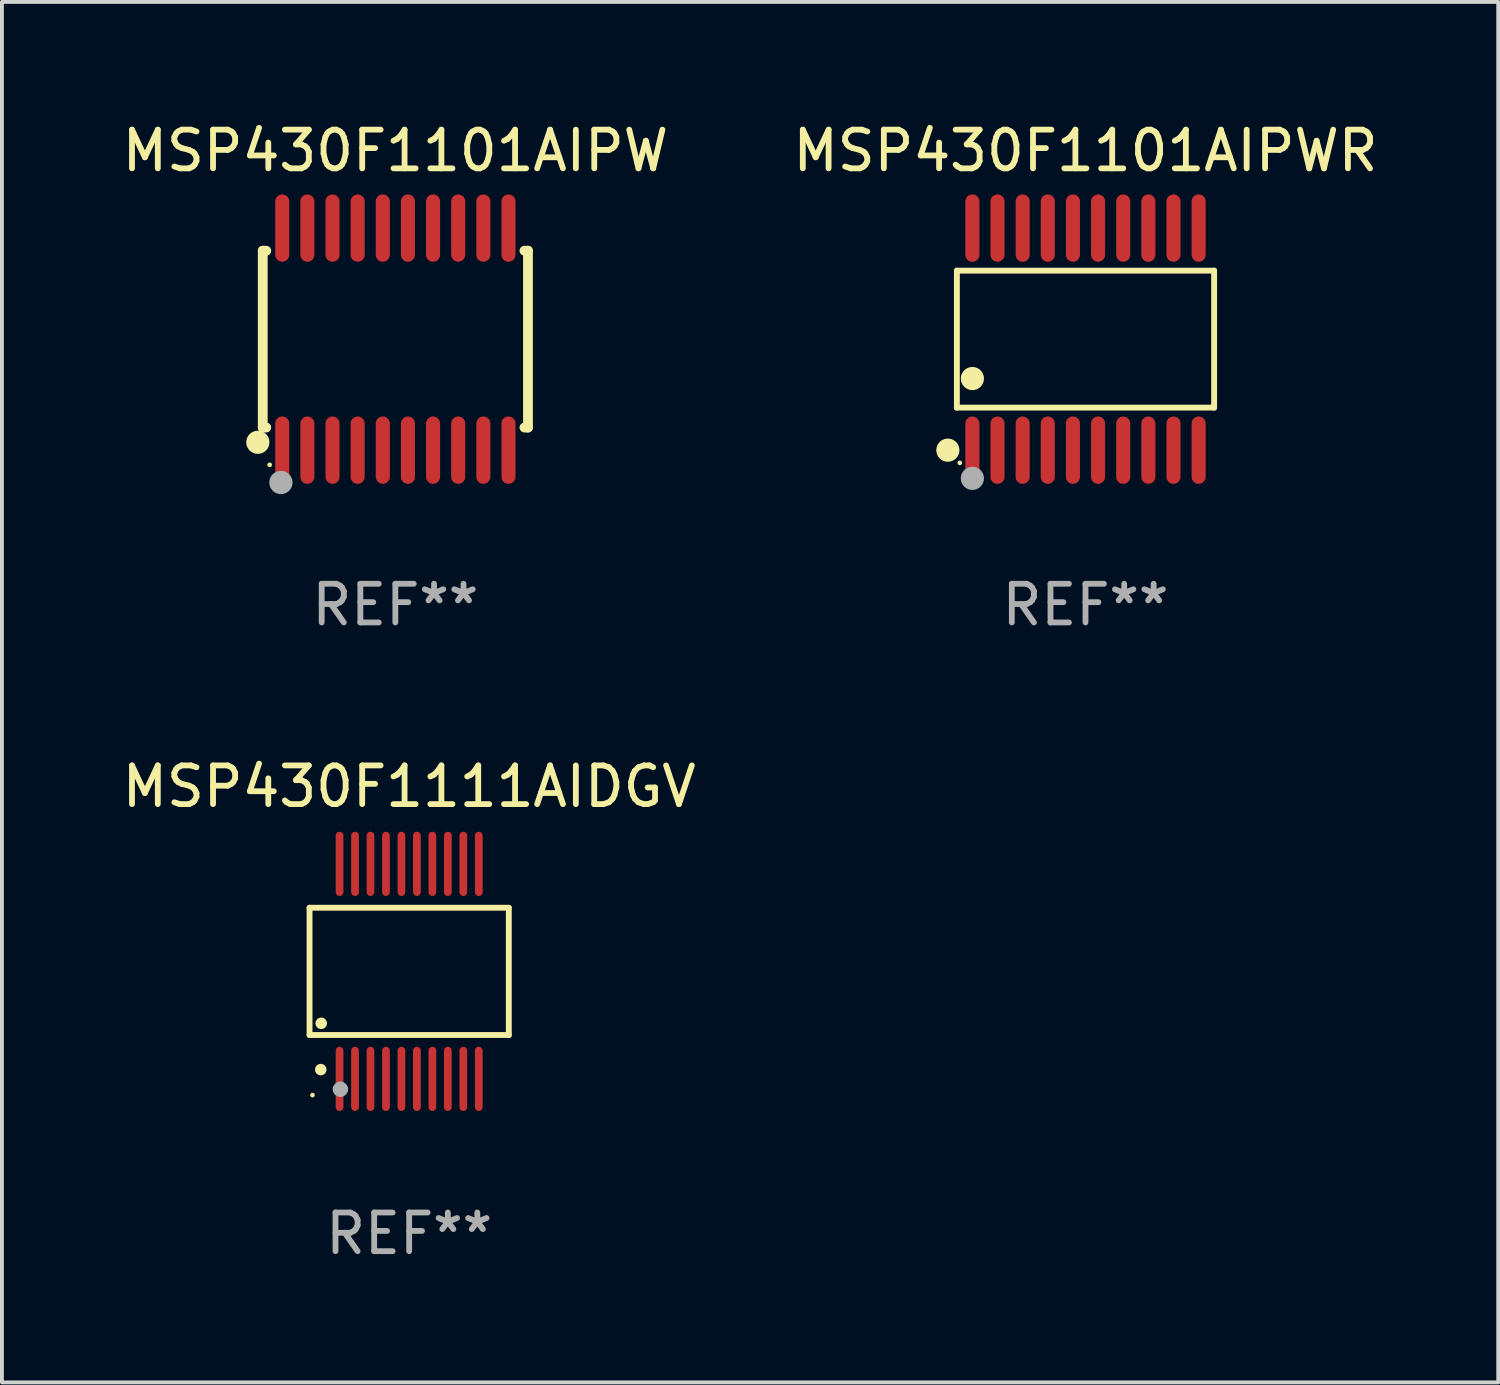
<source format=kicad_pcb>
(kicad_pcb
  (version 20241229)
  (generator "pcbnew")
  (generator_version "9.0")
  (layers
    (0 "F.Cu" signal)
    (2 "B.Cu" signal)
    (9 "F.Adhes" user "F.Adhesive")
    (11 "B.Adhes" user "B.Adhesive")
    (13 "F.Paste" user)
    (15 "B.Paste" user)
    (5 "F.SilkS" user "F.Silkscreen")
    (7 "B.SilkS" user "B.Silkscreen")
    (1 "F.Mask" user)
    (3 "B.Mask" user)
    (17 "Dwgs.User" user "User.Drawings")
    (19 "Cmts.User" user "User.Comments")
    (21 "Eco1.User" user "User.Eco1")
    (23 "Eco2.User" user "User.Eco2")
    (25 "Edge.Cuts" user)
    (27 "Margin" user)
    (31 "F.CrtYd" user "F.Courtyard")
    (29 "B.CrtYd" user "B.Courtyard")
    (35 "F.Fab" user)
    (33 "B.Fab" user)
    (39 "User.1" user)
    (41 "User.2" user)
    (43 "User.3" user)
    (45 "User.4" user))
  (footprint "MSP430F1101AIPW"
    (layer "F.Cu")
    (at 7.173 5.719)
    (property "Reference" "MSP430F1101AIPW" (at 0 -4.871 0) (layer "F.SilkS") (effects (font (size 1 1) (thickness 0.15))))
    (attr through_hole)
    (fp_line (start -3.429 -2.286) (end -3.429 2.286) (stroke (width 0.254) (type solid)) (layer "F.SilkS"))
    (fp_line (start -3.429 2.286) (end -3.338 2.286) (stroke (width 0.254) (type solid)) (layer "F.SilkS"))
    (fp_line (start -3.338 -2.286) (end -3.429 -2.286) (stroke (width 0.254) (type solid)) (layer "F.SilkS"))
    (fp_line (start 3.338 -2.286) (end 3.429 -2.286) (stroke (width 0.254) (type solid)) (layer "F.SilkS"))
    (fp_line (start 3.429 -2.286) (end 3.429 2.286) (stroke (width 0.254) (type solid)) (layer "F.SilkS"))
    (fp_line (start 3.429 2.286) (end 3.338 2.286) (stroke (width 0.254) (type solid)) (layer "F.SilkS"))
    (fp_circle (center -3.556 2.667) (end -3.406 2.667) (stroke (width 0.3) (type solid)) (fill no) (layer "F.SilkS"))
    (fp_circle (center -3.25 3.25) (end -3.22 3.25) (stroke (width 0.06) (type solid)) (fill no) (layer "F.SilkS"))
    (fp_circle (center -2.959 3.707) (end -2.808 3.707) (stroke (width 0.3) (type solid)) (fill no) (layer "F.Fab"))
    (fp_text user "REF**" (at 0 6.871 0) (layer "F.Fab") (effects (font (size 1 1) (thickness 0.15))))
    (pad "1" smd oval (at -2.925 2.871) (size 0.364 1.742) (layers "F.Cu" "F.Mask" "F.Paste"))
    (pad "2" smd oval (at -2.275 2.871) (size 0.364 1.742) (layers "F.Cu" "F.Mask" "F.Paste"))
    (pad "3" smd oval (at -1.625 2.871) (size 0.364 1.742) (layers "F.Cu" "F.Mask" "F.Paste"))
    (pad "4" smd oval (at -0.975 2.871) (size 0.364 1.742) (layers "F.Cu" "F.Mask" "F.Paste"))
    (pad "5" smd oval (at -0.325 2.871) (size 0.364 1.742) (layers "F.Cu" "F.Mask" "F.Paste"))
    (pad "6" smd oval (at 0.325 2.871) (size 0.364 1.742) (layers "F.Cu" "F.Mask" "F.Paste"))
    (pad "7" smd oval (at 0.975 2.871) (size 0.364 1.742) (layers "F.Cu" "F.Mask" "F.Paste"))
    (pad "8" smd oval (at 1.625 2.871) (size 0.364 1.742) (layers "F.Cu" "F.Mask" "F.Paste"))
    (pad "9" smd oval (at 2.275 2.871) (size 0.364 1.742) (layers "F.Cu" "F.Mask" "F.Paste"))
    (pad "10" smd oval (at 2.925 2.871) (size 0.364 1.742) (layers "F.Cu" "F.Mask" "F.Paste"))
    (pad "11" smd oval (at 2.925 -2.871) (size 0.364 1.742) (layers "F.Cu" "F.Mask" "F.Paste"))
    (pad "12" smd oval (at 2.275 -2.871) (size 0.364 1.742) (layers "F.Cu" "F.Mask" "F.Paste"))
    (pad "13" smd oval (at 1.625 -2.871) (size 0.364 1.742) (layers "F.Cu" "F.Mask" "F.Paste"))
    (pad "14" smd oval (at 0.975 -2.871) (size 0.364 1.742) (layers "F.Cu" "F.Mask" "F.Paste"))
    (pad "15" smd oval (at 0.325 -2.871) (size 0.364 1.742) (layers "F.Cu" "F.Mask" "F.Paste"))
    (pad "16" smd oval (at -0.325 -2.871) (size 0.364 1.742) (layers "F.Cu" "F.Mask" "F.Paste"))
    (pad "17" smd oval (at -0.975 -2.871) (size 0.364 1.742) (layers "F.Cu" "F.Mask" "F.Paste"))
    (pad "18" smd oval (at -1.625 -2.871) (size 0.364 1.742) (layers "F.Cu" "F.Mask" "F.Paste"))
    (pad "19" smd oval (at -2.275 -2.871) (size 0.364 1.742) (layers "F.Cu" "F.Mask" "F.Paste"))
    (pad "20" smd oval (at -2.925 -2.871) (size 0.364 1.742) (layers "F.Cu" "F.Mask" "F.Paste")))
  (footprint "MSP430F1111AIDGV"
    (layer "F.Cu")
    (at 7.53 22.067)
    (property "Reference" "MSP430F1111AIDGV" (at 0 -4.78 0) (layer "F.SilkS") (effects (font (size 1 1) (thickness 0.15))))
    (attr through_hole)
    (fp_line (start -2.576 -1.645) (end 2.576 -1.645) (stroke (width 0.152) (type solid)) (layer "F.SilkS"))
    (fp_line (start -2.576 1.645) (end -2.576 -1.645) (stroke (width 0.152) (type solid)) (layer "F.SilkS"))
    (fp_line (start 2.576 -1.645) (end 2.576 1.645) (stroke (width 0.152) (type solid)) (layer "F.SilkS"))
    (fp_line (start 2.576 1.645) (end -2.576 1.645) (stroke (width 0.152) (type solid)) (layer "F.SilkS"))
    (fp_circle (center -2.5 3.2) (end -2.47 3.2) (stroke (width 0.06) (type solid)) (fill no) (layer "F.SilkS"))
    (fp_circle (center -2.286 2.54) (end -2.211 2.54) (stroke (width 0.15) (type solid)) (fill no) (layer "F.SilkS"))
    (fp_circle (center -2.274 1.343) (end -2.199 1.343) (stroke (width 0.15) (type solid)) (fill no) (layer "F.SilkS"))
    (fp_circle (center -1.778 3.048) (end -1.678 3.048) (stroke (width 0.2) (type solid)) (fill no) (layer "F.Fab"))
    (fp_text user "REF**" (at 0 6.78 0) (layer "F.Fab") (effects (font (size 1 1) (thickness 0.15))))
    (pad "1" smd oval (at -1.8 2.78) (size 0.2 1.66) (layers "F.Cu" "F.Mask" "F.Paste"))
    (pad "2" smd oval (at -1.4 2.78) (size 0.2 1.66) (layers "F.Cu" "F.Mask" "F.Paste"))
    (pad "3" smd oval (at -1 2.78) (size 0.2 1.66) (layers "F.Cu" "F.Mask" "F.Paste"))
    (pad "4" smd oval (at -0.6 2.78) (size 0.2 1.66) (layers "F.Cu" "F.Mask" "F.Paste"))
    (pad "5" smd oval (at -0.2 2.78) (size 0.2 1.66) (layers "F.Cu" "F.Mask" "F.Paste"))
    (pad "6" smd oval (at 0.2 2.78) (size 0.2 1.66) (layers "F.Cu" "F.Mask" "F.Paste"))
    (pad "7" smd oval (at 0.6 2.78) (size 0.2 1.66) (layers "F.Cu" "F.Mask" "F.Paste"))
    (pad "8" smd oval (at 1 2.78) (size 0.2 1.66) (layers "F.Cu" "F.Mask" "F.Paste"))
    (pad "9" smd oval (at 1.4 2.78) (size 0.2 1.66) (layers "F.Cu" "F.Mask" "F.Paste"))
    (pad "10" smd oval (at 1.8 2.78) (size 0.2 1.66) (layers "F.Cu" "F.Mask" "F.Paste"))
    (pad "11" smd oval (at 1.8 -2.78) (size 0.2 1.66) (layers "F.Cu" "F.Mask" "F.Paste"))
    (pad "12" smd oval (at 1.4 -2.78) (size 0.2 1.66) (layers "F.Cu" "F.Mask" "F.Paste"))
    (pad "13" smd oval (at 1 -2.78) (size 0.2 1.66) (layers "F.Cu" "F.Mask" "F.Paste"))
    (pad "14" smd oval (at 0.6 -2.78) (size 0.2 1.66) (layers "F.Cu" "F.Mask" "F.Paste"))
    (pad "15" smd oval (at 0.2 -2.78) (size 0.2 1.66) (layers "F.Cu" "F.Mask" "F.Paste"))
    (pad "16" smd oval (at -0.2 -2.78) (size 0.2 1.66) (layers "F.Cu" "F.Mask" "F.Paste"))
    (pad "17" smd oval (at -0.6 -2.78) (size 0.2 1.66) (layers "F.Cu" "F.Mask" "F.Paste"))
    (pad "18" smd oval (at -1 -2.78) (size 0.2 1.66) (layers "F.Cu" "F.Mask" "F.Paste"))
    (pad "19" smd oval (at -1.4 -2.78) (size 0.2 1.66) (layers "F.Cu" "F.Mask" "F.Paste"))
    (pad "20" smd oval (at -1.8 -2.78) (size 0.2 1.66) (layers "F.Cu" "F.Mask" "F.Paste")))
  (footprint "MSP430F1101AIPWR"
    (layer "F.Cu")
    (at 25.018 5.719)
    (property "Reference" "MSP430F1101AIPWR" (at 0 -4.871 0) (layer "F.SilkS") (effects (font (size 1 1) (thickness 0.15))))
    (attr through_hole)
    (fp_line (start -3.326 -1.771) (end 3.326 -1.771) (stroke (width 0.152) (type solid)) (layer "F.SilkS"))
    (fp_line (start -3.326 1.771) (end -3.326 -1.771) (stroke (width 0.152) (type solid)) (layer "F.SilkS"))
    (fp_line (start 3.326 -1.771) (end 3.326 1.771) (stroke (width 0.152) (type solid)) (layer "F.SilkS"))
    (fp_line (start 3.326 1.771) (end -3.326 1.771) (stroke (width 0.152) (type solid)) (layer "F.SilkS"))
    (fp_circle (center -3.559 2.871) (end -3.409 2.871) (stroke (width 0.3) (type solid)) (fill no) (layer "F.SilkS"))
    (fp_circle (center -3.25 3.2) (end -3.22 3.2) (stroke (width 0.06) (type solid)) (fill no) (layer "F.SilkS"))
    (fp_circle (center -2.925 1.019) (end -2.775 1.019) (stroke (width 0.3) (type solid)) (fill no) (layer "F.SilkS"))
    (fp_circle (center -2.925 3.6) (end -2.775 3.6) (stroke (width 0.3) (type solid)) (fill no) (layer "F.Fab"))
    (fp_text user "REF**" (at 0 6.871 0) (layer "F.Fab") (effects (font (size 1 1) (thickness 0.15))))
    (pad "1" smd oval (at -2.925 2.871) (size 0.364 1.742) (layers "F.Cu" "F.Mask" "F.Paste"))
    (pad "2" smd oval (at -2.275 2.871) (size 0.364 1.742) (layers "F.Cu" "F.Mask" "F.Paste"))
    (pad "3" smd oval (at -1.625 2.871) (size 0.364 1.742) (layers "F.Cu" "F.Mask" "F.Paste"))
    (pad "4" smd oval (at -0.975 2.871) (size 0.364 1.742) (layers "F.Cu" "F.Mask" "F.Paste"))
    (pad "5" smd oval (at -0.325 2.871) (size 0.364 1.742) (layers "F.Cu" "F.Mask" "F.Paste"))
    (pad "6" smd oval (at 0.325 2.871) (size 0.364 1.742) (layers "F.Cu" "F.Mask" "F.Paste"))
    (pad "7" smd oval (at 0.975 2.871) (size 0.364 1.742) (layers "F.Cu" "F.Mask" "F.Paste"))
    (pad "8" smd oval (at 1.625 2.871) (size 0.364 1.742) (layers "F.Cu" "F.Mask" "F.Paste"))
    (pad "9" smd oval (at 2.275 2.871) (size 0.364 1.742) (layers "F.Cu" "F.Mask" "F.Paste"))
    (pad "10" smd oval (at 2.925 2.871) (size 0.364 1.742) (layers "F.Cu" "F.Mask" "F.Paste"))
    (pad "11" smd oval (at 2.925 -2.871) (size 0.364 1.742) (layers "F.Cu" "F.Mask" "F.Paste"))
    (pad "12" smd oval (at 2.275 -2.871) (size 0.364 1.742) (layers "F.Cu" "F.Mask" "F.Paste"))
    (pad "13" smd oval (at 1.625 -2.871) (size 0.364 1.742) (layers "F.Cu" "F.Mask" "F.Paste"))
    (pad "14" smd oval (at 0.975 -2.871) (size 0.364 1.742) (layers "F.Cu" "F.Mask" "F.Paste"))
    (pad "15" smd oval (at 0.325 -2.871) (size 0.364 1.742) (layers "F.Cu" "F.Mask" "F.Paste"))
    (pad "16" smd oval (at -0.325 -2.871) (size 0.364 1.742) (layers "F.Cu" "F.Mask" "F.Paste"))
    (pad "17" smd oval (at -0.975 -2.871) (size 0.364 1.742) (layers "F.Cu" "F.Mask" "F.Paste"))
    (pad "18" smd oval (at -1.625 -2.871) (size 0.364 1.742) (layers "F.Cu" "F.Mask" "F.Paste"))
    (pad "19" smd oval (at -2.275 -2.871) (size 0.364 1.742) (layers "F.Cu" "F.Mask" "F.Paste"))
    (pad "20" smd oval (at -2.925 -2.871) (size 0.364 1.742) (layers "F.Cu" "F.Mask" "F.Paste")))
  (gr_rect
    (start -3 -3)
    (end 35.69 32.695)
    (stroke (width 0.1) (type default))
    (fill no)
    (layer "Edge.Cuts")))
</source>
